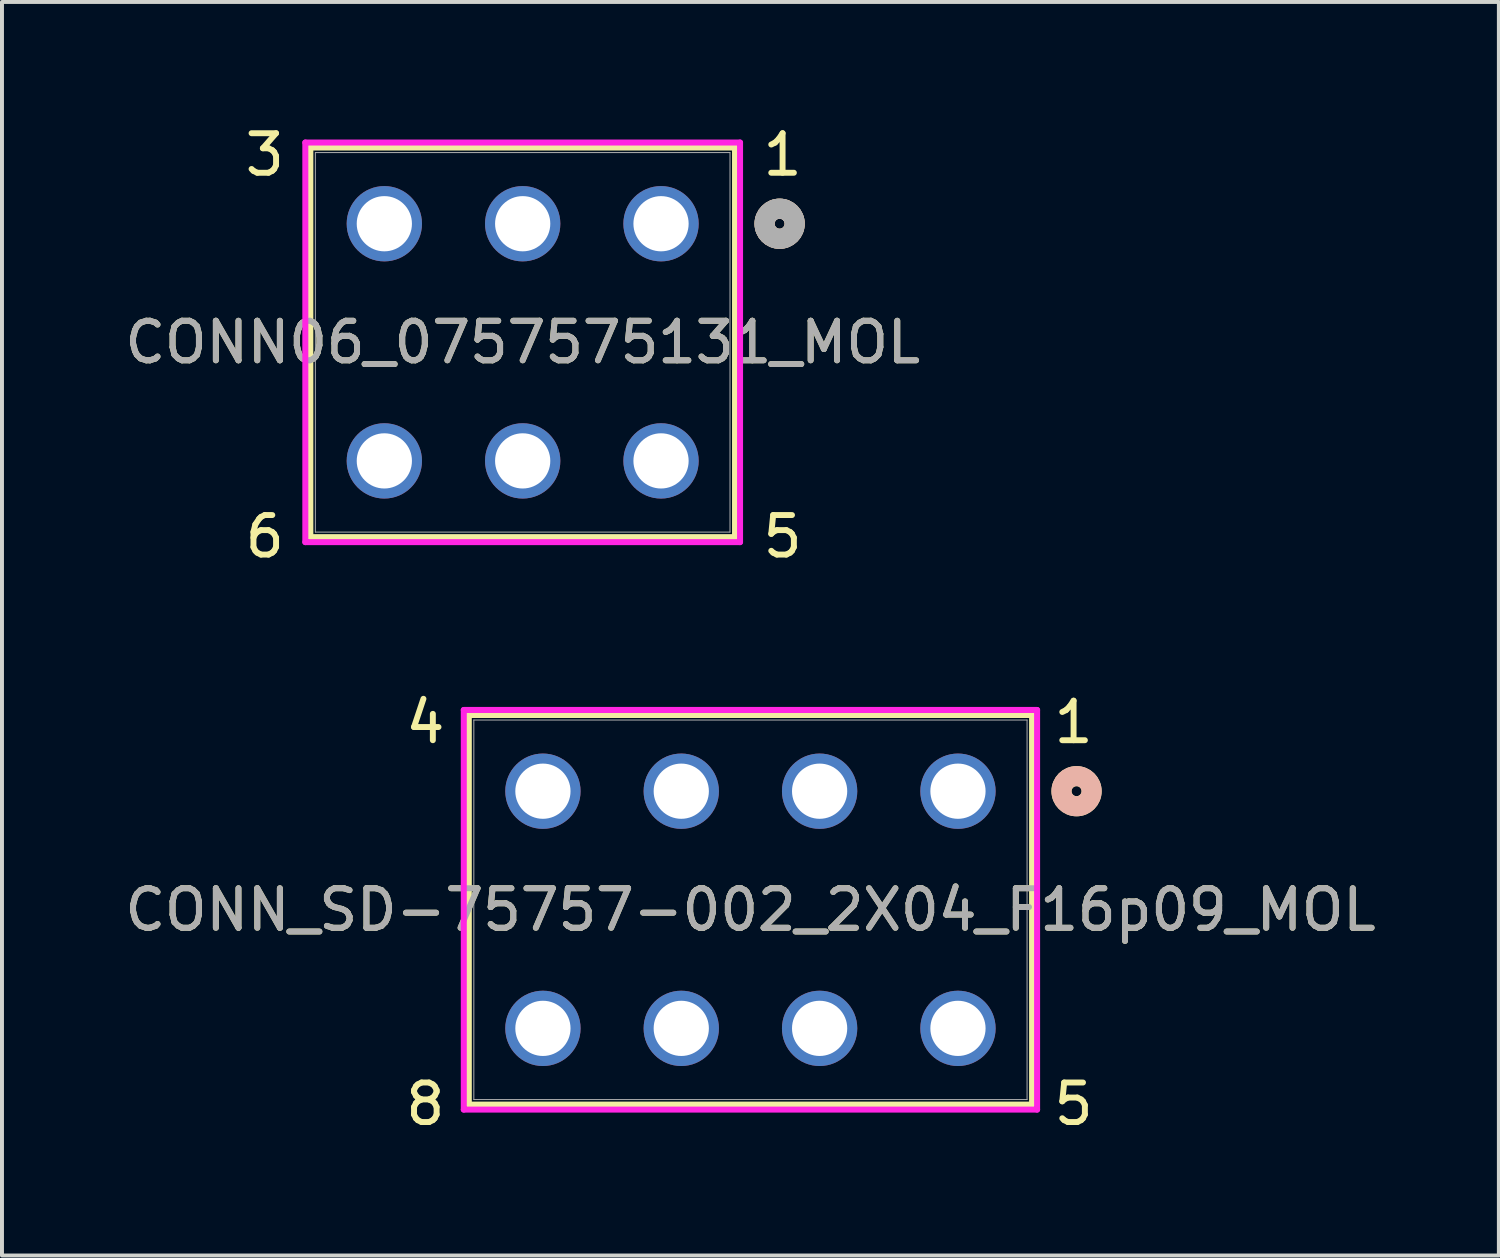
<source format=kicad_pcb>
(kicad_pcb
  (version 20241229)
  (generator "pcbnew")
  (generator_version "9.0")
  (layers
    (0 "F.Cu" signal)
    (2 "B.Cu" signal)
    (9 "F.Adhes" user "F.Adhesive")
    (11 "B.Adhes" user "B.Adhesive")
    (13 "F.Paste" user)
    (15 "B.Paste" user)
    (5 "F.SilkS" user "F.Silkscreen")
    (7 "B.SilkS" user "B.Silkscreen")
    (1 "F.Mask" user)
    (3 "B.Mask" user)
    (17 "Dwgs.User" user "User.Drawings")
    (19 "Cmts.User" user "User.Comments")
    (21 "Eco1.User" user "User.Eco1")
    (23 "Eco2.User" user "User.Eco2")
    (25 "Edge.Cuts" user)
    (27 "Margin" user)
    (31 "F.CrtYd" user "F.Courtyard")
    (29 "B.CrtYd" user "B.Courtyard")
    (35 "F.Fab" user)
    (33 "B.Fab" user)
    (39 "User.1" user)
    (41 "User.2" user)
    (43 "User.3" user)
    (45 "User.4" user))
  (footprint "CONN_SD-75757-002_2X04_F16p09_MOL"
    (layer "F.Cu")
    (at 15.935 19.966)
    (property "Reference" "CONN_SD-75757-002_2X04_F16p09_MOL" (at 0 0 0) (unlocked yes) (layer "F.SilkS") (effects (font (size 1 1) (thickness 0.15))))
    (attr through_hole)
    (fp_line (start -7.125 -4.928) (end -7.125 4.928) (stroke (width 0.152) (type solid)) (layer "F.SilkS"))
    (fp_line (start -7.125 4.928) (end 7.125 4.928) (stroke (width 0.152) (type solid)) (layer "F.SilkS"))
    (fp_line (start 7.125 -4.928) (end -7.125 -4.928) (stroke (width 0.152) (type solid)) (layer "F.SilkS"))
    (fp_line (start 7.125 4.928) (end 7.125 -4.928) (stroke (width 0.152) (type solid)) (layer "F.SilkS"))
    (fp_circle (center 8.25 -3) (end 8.631 -3) (stroke (width 0.508) (type solid)) (fill no) (layer "F.SilkS"))
    (fp_circle (center 8.25 -3) (end 8.631 -3) (stroke (width 0.508) (type solid)) (fill no) (layer "B.SilkS"))
    (fp_line (start -7.252 -5.055) (end -7.252 5.055) (stroke (width 0.152) (type solid)) (layer "F.CrtYd"))
    (fp_line (start -7.252 5.055) (end 7.252 5.055) (stroke (width 0.152) (type solid)) (layer "F.CrtYd"))
    (fp_line (start 7.252 -5.055) (end -7.252 -5.055) (stroke (width 0.152) (type solid)) (layer "F.CrtYd"))
    (fp_line (start 7.252 5.055) (end 7.252 -5.055) (stroke (width 0.152) (type solid)) (layer "F.CrtYd"))
    (fp_line (start -6.998 -4.801) (end -6.998 4.801) (stroke (width 0.025) (type solid)) (layer "F.Fab"))
    (fp_line (start -6.998 4.801) (end 6.998 4.801) (stroke (width 0.025) (type solid)) (layer "F.Fab"))
    (fp_line (start 6.998 -4.801) (end -6.998 -4.801) (stroke (width 0.025) (type solid)) (layer "F.Fab"))
    (fp_line (start 6.998 4.801) (end 6.998 -4.801) (stroke (width 0.025) (type solid)) (layer "F.Fab"))
    (fp_circle (center -5.25 -3) (end -4.869 -3) (stroke (width 0.508) (type solid)) (fill no) (layer "F.Fab"))
    (fp_text user "1\n\n\n\n\n\n5" (at 7.6 5.5 0) (unlocked yes) (layer "F.SilkS") (effects (font (size 1 1) (thickness 0.15)) (justify left bottom)))
    (fp_text user "4\n\n\n\n\n\n8" (at -8.8 5.5 0) (unlocked yes) (layer "F.SilkS") (effects (font (size 1 1) (thickness 0.15)) (justify left bottom)))
    (fp_text user "${REFERENCE}" (at 0 0 0) (unlocked yes) (layer "F.Fab") (effects (font (size 1 1) (thickness 0.15))))
    (pad "1" thru_hole circle (at 5.25 -3) (size 1.905 1.905) (drill 1.397) (layers "*.Cu" "*.Mask"))
    (pad "2" thru_hole circle (at 1.75 -3) (size 1.905 1.905) (drill 1.397) (layers "*.Cu" "*.Mask"))
    (pad "3" thru_hole circle (at -1.75 -3) (size 1.905 1.905) (drill 1.397) (layers "*.Cu" "*.Mask"))
    (pad "4" thru_hole circle (at -5.25 -3) (size 1.905 1.905) (drill 1.397) (layers "*.Cu" "*.Mask"))
    (pad "5" thru_hole circle (at 5.25 3) (size 1.905 1.905) (drill 1.397) (layers "*.Cu" "*.Mask"))
    (pad "6" thru_hole circle (at 1.75 3) (size 1.905 1.905) (drill 1.397) (layers "*.Cu" "*.Mask"))
    (pad "7" thru_hole circle (at -1.75 3) (size 1.905 1.905) (drill 1.397) (layers "*.Cu" "*.Mask"))
    (pad "8" thru_hole circle (at -5.25 3) (size 1.905 1.905) (drill 1.397) (layers "*.Cu" "*.Mask")))
  (footprint "CONN06_0757575131_MOL"
    (layer "F.Cu")
    (at 10.173 5.61)
    (property "Reference" "CONN06_0757575131_MOL" (at 0 0.000002 0) (unlocked yes) (layer "F.SilkS") (effects (font (size 1 1) (thickness 0.15))))
    (attr through_hole)
    (fp_line (start -5.372 -4.927) (end -5.372 4.928) (stroke (width 0.152) (type solid)) (layer "F.SilkS"))
    (fp_line (start -5.372 4.928) (end 5.372 4.928) (stroke (width 0.152) (type solid)) (layer "F.SilkS"))
    (fp_line (start 5.372 -4.927) (end -5.372 -4.927) (stroke (width 0.152) (type solid)) (layer "F.SilkS"))
    (fp_line (start 5.372 4.928) (end 5.372 -4.927) (stroke (width 0.152) (type solid)) (layer "F.SilkS"))
    (fp_circle (center 6.5 -3) (end 6.881 -3) (stroke (width 0.508) (type solid)) (fill no) (layer "F.SilkS"))
    (fp_circle (center 6.5 -3) (end 6.881 -3) (stroke (width 0.508) (type solid)) (fill no) (layer "B.SilkS"))
    (fp_line (start -5.499 -5.054) (end -5.499 5.055) (stroke (width 0.152) (type solid)) (layer "F.CrtYd"))
    (fp_line (start -5.499 5.055) (end 5.499 5.055) (stroke (width 0.152) (type solid)) (layer "F.CrtYd"))
    (fp_line (start 5.499 -5.054) (end -5.499 -5.054) (stroke (width 0.152) (type solid)) (layer "F.CrtYd"))
    (fp_line (start 5.499 5.055) (end 5.499 -5.054) (stroke (width 0.152) (type solid)) (layer "F.CrtYd"))
    (fp_line (start -5.245 -4.8) (end -5.245 4.801) (stroke (width 0.025) (type solid)) (layer "F.Fab"))
    (fp_line (start -5.245 4.801) (end 5.245 4.801) (stroke (width 0.025) (type solid)) (layer "F.Fab"))
    (fp_line (start 5.245 -4.8) (end -5.245 -4.8) (stroke (width 0.025) (type solid)) (layer "F.Fab"))
    (fp_line (start 5.245 4.801) (end 5.245 -4.8) (stroke (width 0.025) (type solid)) (layer "F.Fab"))
    (fp_circle (center 6.5 -3) (end 6.881 -3) (stroke (width 0.508) (type solid)) (fill no) (layer "F.Fab"))
    (fp_text user "1\n\n\n\n\n\n5" (at 6 5.5 0) (unlocked yes) (layer "F.SilkS") (effects (font (size 1 1) (thickness 0.15)) (justify left bottom)))
    (fp_text user "3\n\n\n\n\n\n6" (at -7.1 5.5 0) (unlocked yes) (layer "F.SilkS") (effects (font (size 1 1) (thickness 0.15)) (justify left bottom)))
    (fp_text user "${REFERENCE}" (at 0 0.000002 0) (unlocked yes) (layer "F.Fab") (effects (font (size 1 1) (thickness 0.15))))
    (pad "1" thru_hole circle (at 3.5 -3) (size 1.905 1.905) (drill 1.397) (layers "*.Cu" "*.Mask"))
    (pad "2" thru_hole circle (at 0 -3) (size 1.905 1.905) (drill 1.397) (layers "*.Cu" "*.Mask"))
    (pad "3" thru_hole circle (at -3.5 -3) (size 1.905 1.905) (drill 1.397) (layers "*.Cu" "*.Mask"))
    (pad "4" thru_hole circle (at 3.5 3) (size 1.905 1.905) (drill 1.397) (layers "*.Cu" "*.Mask"))
    (pad "5" thru_hole circle (at 0 3) (size 1.905 1.905) (drill 1.397) (layers "*.Cu" "*.Mask"))
    (pad "6" thru_hole circle (at -3.5 3) (size 1.905 1.905) (drill 1.397) (layers "*.Cu" "*.Mask")))
  (gr_rect
    (start -3 -3)
    (end 34.869 28.712)
    (stroke (width 0.1) (type default))
    (fill no)
    (layer "Edge.Cuts")))
</source>
